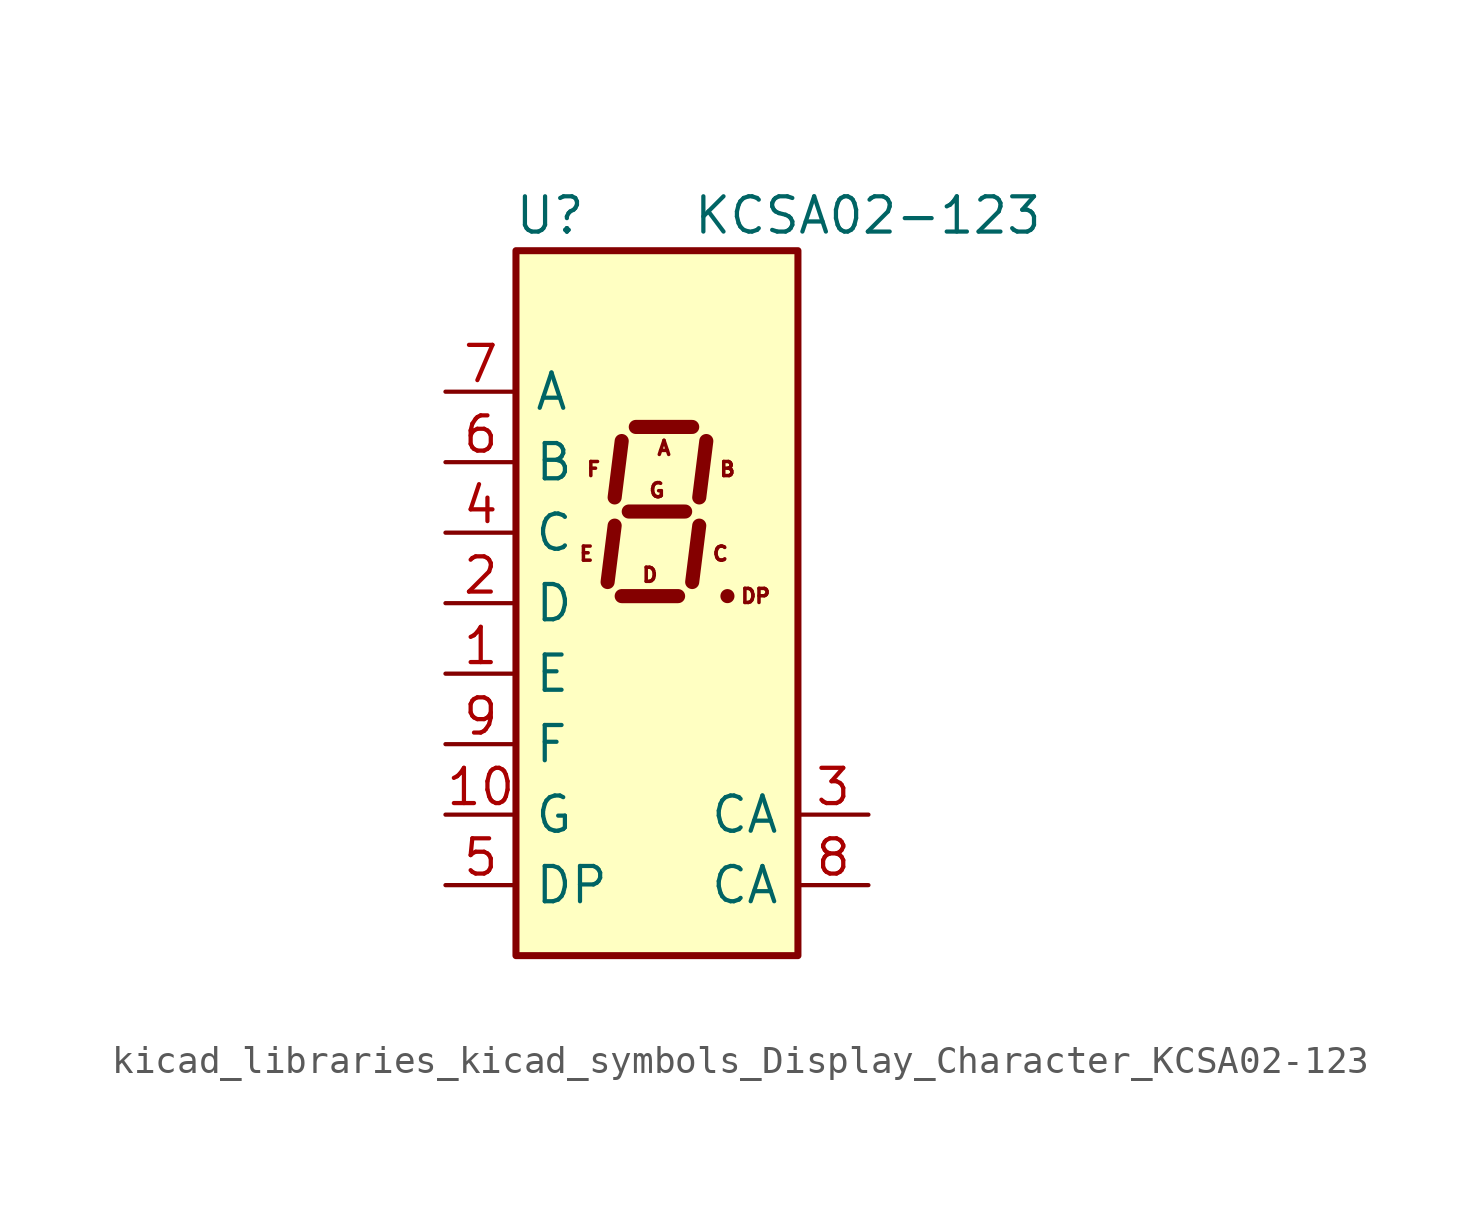
<source format=kicad_sym>
(kicad_symbol_lib
  (version 20220914)
  (generator kicad_symbol_editor)
  (symbol "kicad_libraries_kicad_symbols_Display_Character_KCSA02-123"
    (pin_names
      (offset 0.635))
    (property "Reference" "U"
      (at -2.54 13.97 0)
      (effects (font (size 1.27 1.27)) (justify right)))
    (property "Value" "KCSA02-123"
      (at 1.27 13.97 0)
      (effects (font (size 1.27 1.27)) (justify left)))
    (symbol "kicad_libraries_kicad_symbols_Display_Character_KCSA02-123_0_0"
      (text "A" (at 0.254 5.588 0) (effects (font (size 0.508 0.508))))
      (text "B" (at 2.54 4.826 0) (effects (font (size 0.508 0.508))))
      (text "C" (at 2.286 1.778 0) (effects (font (size 0.508 0.508))))
      (text "D" (at -0.254 1.016 0) (effects (font (size 0.508 0.508))))
      (text "DP" (at 3.556 0.254 0) (effects (font (size 0.508 0.508))))
      (text "E" (at -2.54 1.778 0) (effects (font (size 0.508 0.508))))
      (text "F" (at -2.286 4.826 0) (effects (font (size 0.508 0.508))))
      (text "G" (at 0 4.064 0) (effects (font (size 0.508 0.508)))))
    (symbol "kicad_libraries_kicad_symbols_Display_Character_KCSA02-123_0_1"
      (rectangle (start -5.08 12.7) (end 5.08 -12.7) (stroke (width 0.254) (type default)) (fill (type background)))
      (polyline (pts (xy -1.524 2.794) (xy -1.778 0.762)) (stroke (width 0.508) (type default)) (fill (type none)))
      (polyline (pts (xy -1.27 0.254) (xy 0.762 0.254)) (stroke (width 0.508) (type default)) (fill (type none)))
      (polyline (pts (xy -1.27 5.842) (xy -1.524 3.81)) (stroke (width 0.508) (type default)) (fill (type none)))
      (polyline (pts (xy -1.016 3.302) (xy 1.016 3.302)) (stroke (width 0.508) (type default)) (fill (type none)))
      (polyline (pts (xy -0.762 6.35) (xy 1.27 6.35)) (stroke (width 0.508) (type default)) (fill (type none)))
      (polyline (pts (xy 1.524 2.794) (xy 1.27 0.762)) (stroke (width 0.508) (type default)) (fill (type none)))
      (polyline (pts (xy 1.778 5.842) (xy 1.524 3.81)) (stroke (width 0.508) (type default)) (fill (type none)))
      (polyline (pts (xy 2.54 0.254) (xy 2.54 0.254)) (stroke (width 0.508) (type default)) (fill (type none))))
    (symbol "kicad_libraries_kicad_symbols_Display_Character_KCSA02-123_1_1"
      (pin input line (at -7.62 -2.54 0) (length 2.54) (name "E" (effects (font (size 1.27 1.27)))) (number "1" (effects (font (size 1.27 1.27)))))
      (pin input line (at -7.62 -7.62 0) (length 2.54) (name "G" (effects (font (size 1.27 1.27)))) (number "10" (effects (font (size 1.27 1.27)))))
      (pin input line (at -7.62 0 0) (length 2.54) (name "D" (effects (font (size 1.27 1.27)))) (number "2" (effects (font (size 1.27 1.27)))))
      (pin input line (at 7.62 -7.62 180) (length 2.54) (name "CA" (effects (font (size 1.27 1.27)))) (number "3" (effects (font (size 1.27 1.27)))))
      (pin input line (at -7.62 2.54 0) (length 2.54) (name "C" (effects (font (size 1.27 1.27)))) (number "4" (effects (font (size 1.27 1.27)))))
      (pin input line (at -7.62 -10.16 0) (length 2.54) (name "DP" (effects (font (size 1.27 1.27)))) (number "5" (effects (font (size 1.27 1.27)))))
      (pin input line (at -7.62 5.08 0) (length 2.54) (name "B" (effects (font (size 1.27 1.27)))) (number "6" (effects (font (size 1.27 1.27)))))
      (pin input line (at -7.62 7.62 0) (length 2.54) (name "A" (effects (font (size 1.27 1.27)))) (number "7" (effects (font (size 1.27 1.27)))))
      (pin input line (at 7.62 -10.16 180) (length 2.54) (name "CA" (effects (font (size 1.27 1.27)))) (number "8" (effects (font (size 1.27 1.27)))))
      (pin input line (at -7.62 -5.08 0) (length 2.54) (name "F" (effects (font (size 1.27 1.27)))) (number "9" (effects (font (size 1.27 1.27))))))))
</source>
